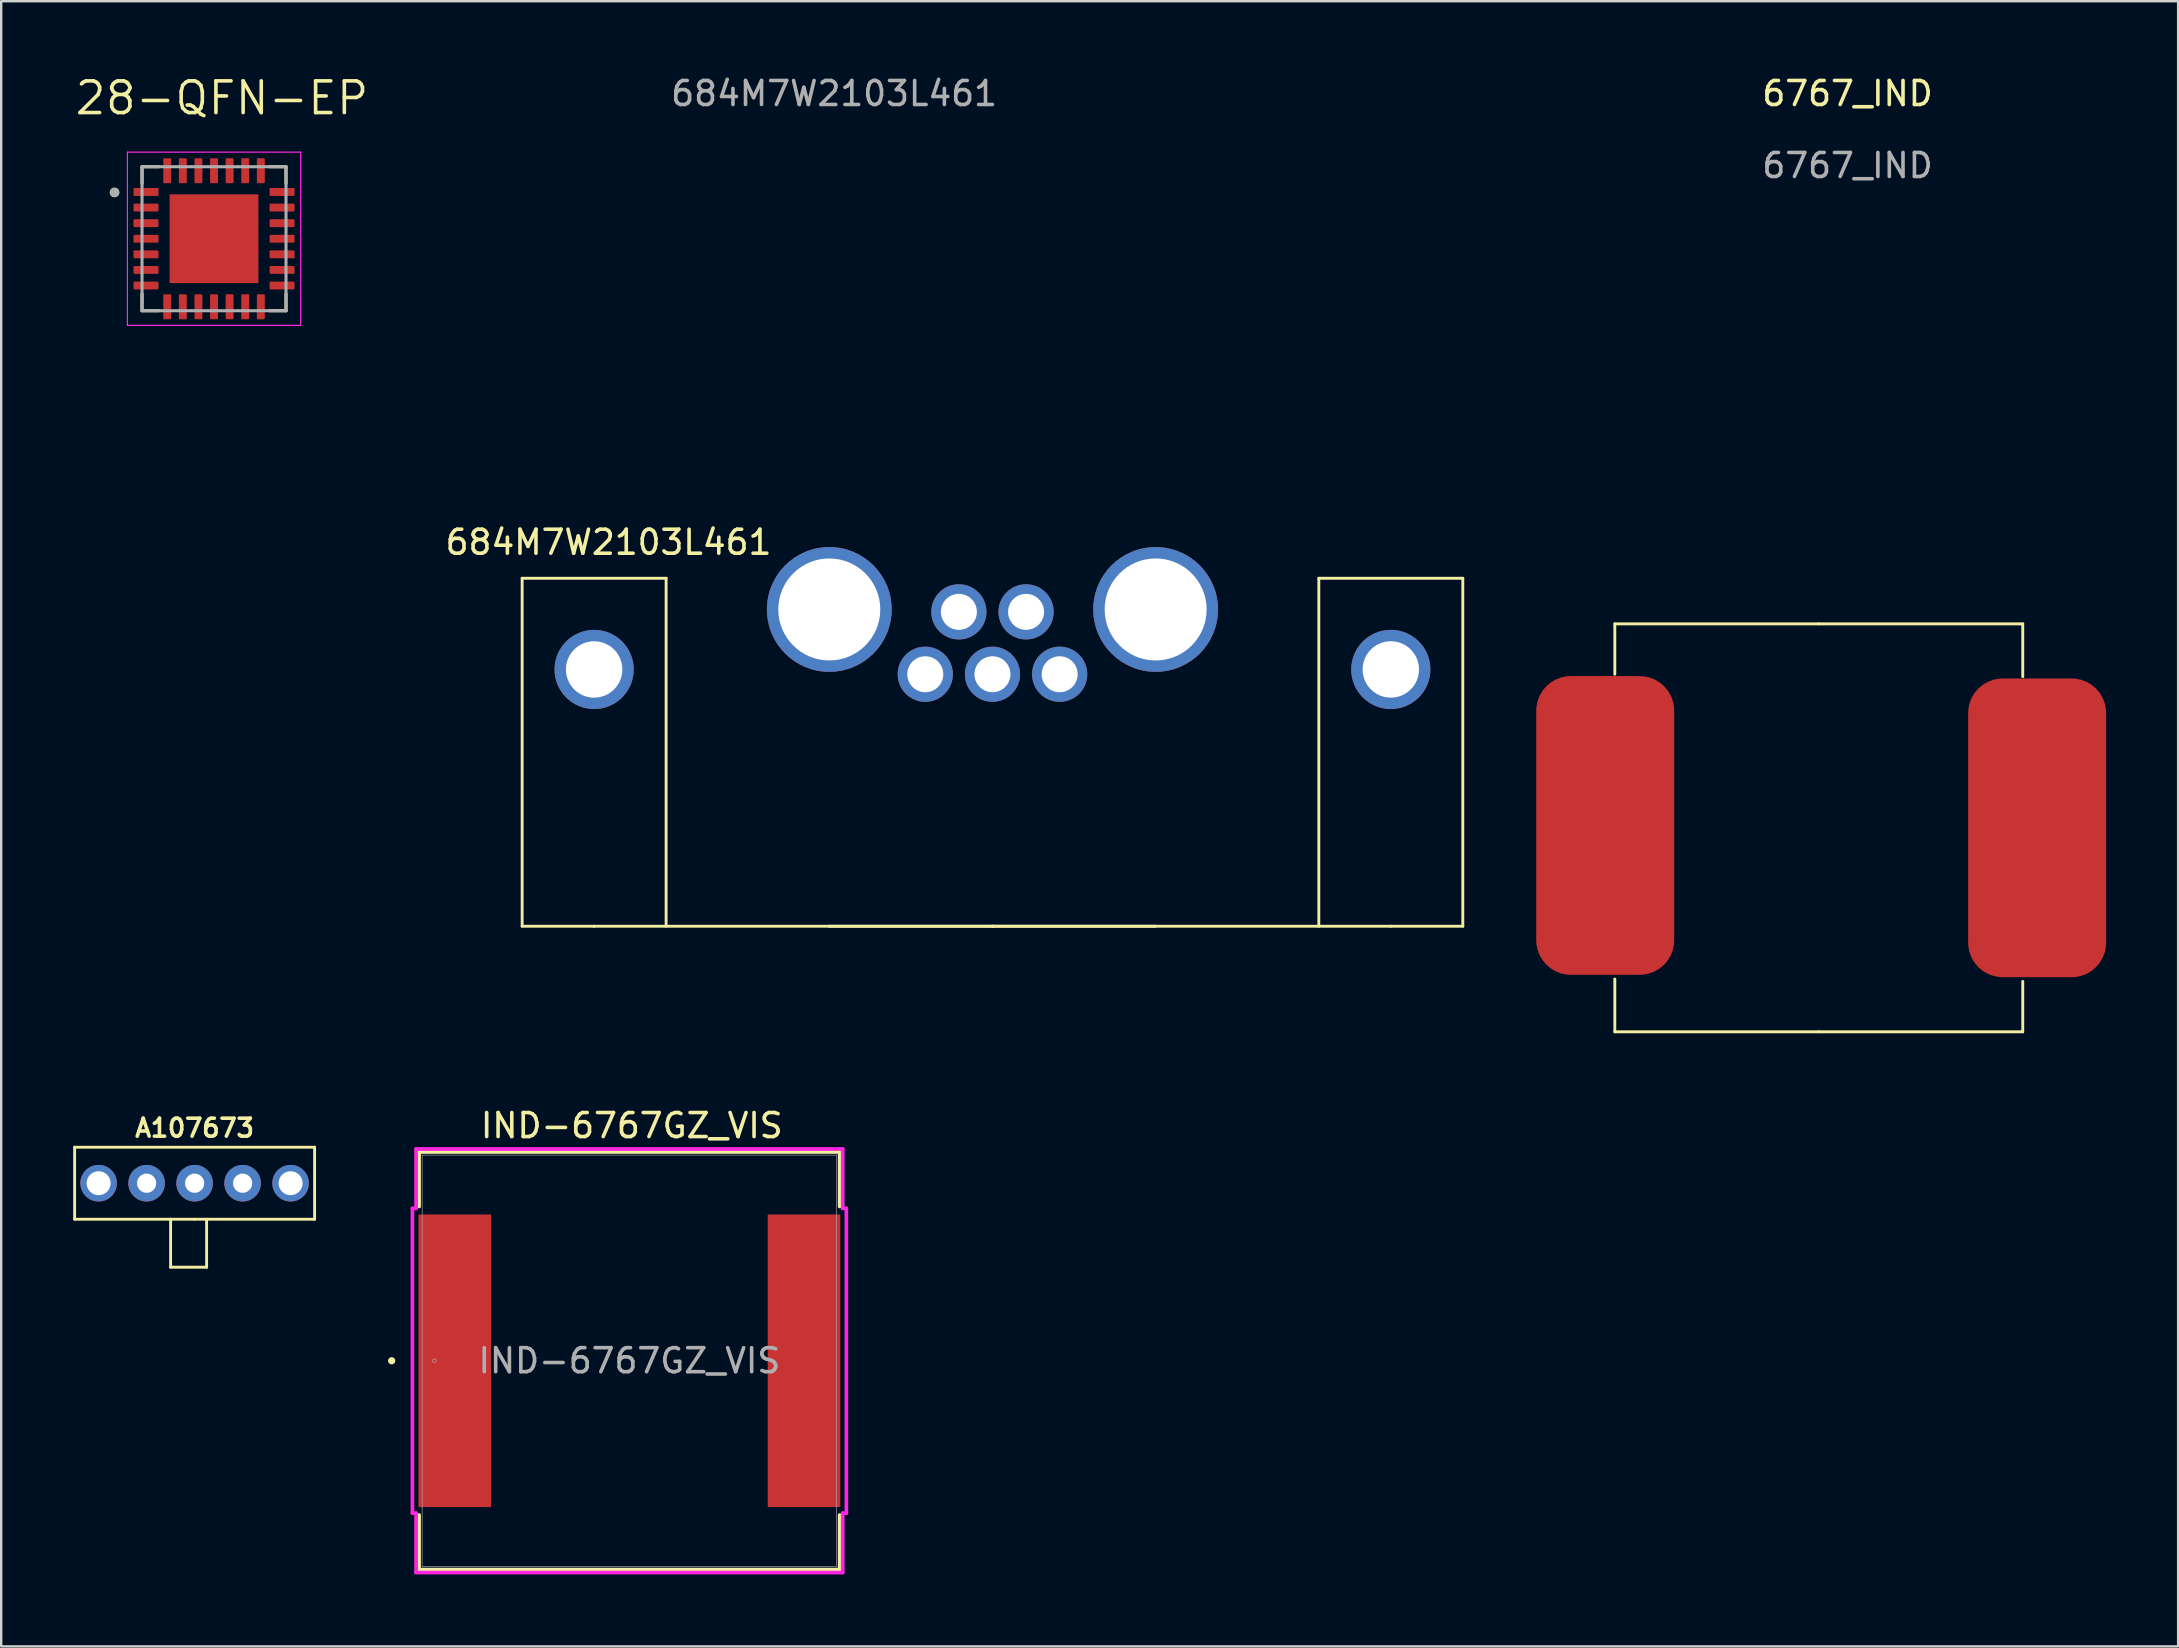
<source format=kicad_pcb>
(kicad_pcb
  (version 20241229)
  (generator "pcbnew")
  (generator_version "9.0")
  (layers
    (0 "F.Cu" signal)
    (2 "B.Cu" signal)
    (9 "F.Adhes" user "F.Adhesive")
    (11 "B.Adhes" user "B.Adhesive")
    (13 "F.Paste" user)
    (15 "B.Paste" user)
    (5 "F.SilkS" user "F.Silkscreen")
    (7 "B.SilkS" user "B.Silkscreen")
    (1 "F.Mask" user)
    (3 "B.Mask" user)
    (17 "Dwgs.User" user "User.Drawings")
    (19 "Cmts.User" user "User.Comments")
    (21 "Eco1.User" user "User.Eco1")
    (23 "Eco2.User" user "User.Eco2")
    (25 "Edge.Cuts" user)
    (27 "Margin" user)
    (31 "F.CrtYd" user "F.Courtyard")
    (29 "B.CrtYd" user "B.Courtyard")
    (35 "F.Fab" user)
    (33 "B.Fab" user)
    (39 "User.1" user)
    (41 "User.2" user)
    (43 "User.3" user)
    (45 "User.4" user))
  (footprint "684M7W2103L461"
    (layer "F.Cu")
    (at 38.309 25.048)
    (property "Reference" "684M7W2103L461" (at -16 -5.5 0) (unlocked yes) (layer "F.SilkS") (effects (font (size 1 1) (thickness 0.15))))
    (attr through_hole)
    (fp_line (start -19.6 -4) (end -13.6 -4) (stroke (width 0.12) (type default)) (layer "F.SilkS"))
    (fp_line (start -19.6 10.5) (end -19.6 -4) (stroke (width 0.12) (type default)) (layer "F.SilkS"))
    (fp_line (start -16.6 10.5) (end -19.6 10.5) (stroke (width 0.12) (type default)) (layer "F.SilkS"))
    (fp_line (start -16.6 10.5) (end 0 10.5) (stroke (width 0.12) (type default)) (layer "F.SilkS"))
    (fp_line (start -13.6 -4) (end -13.6 10.5) (stroke (width 0.12) (type default)) (layer "F.SilkS"))
    (fp_line (start -6.8 10.5) (end 0 10.5) (stroke (width 0.12) (type default)) (layer "F.SilkS"))
    (fp_line (start 0 10.5) (end 6.8 10.5) (stroke (width 0.12) (type default)) (layer "F.SilkS"))
    (fp_line (start 0 10.5) (end 16.6 10.5) (stroke (width 0.12) (type default)) (layer "F.SilkS"))
    (fp_line (start 13.6 -4) (end 19.6 -4) (stroke (width 0.12) (type default)) (layer "F.SilkS"))
    (fp_line (start 13.6 10.5) (end 13.6 -4) (stroke (width 0.12) (type default)) (layer "F.SilkS"))
    (fp_line (start 19.6 -4) (end 19.6 10.5) (stroke (width 0.12) (type default)) (layer "F.SilkS"))
    (fp_line (start 19.6 10.5) (end 16.6 10.5) (stroke (width 0.12) (type default)) (layer "F.SilkS"))
    (fp_text user "${REFERENCE}" (at -6.6 -24.2 0) (unlocked yes) (layer "F.Fab") (effects (font (size 1 1) (thickness 0.15))))
    (pad "1" thru_hole circle (at -6.8 -2.7) (size 5.2 5.2) (drill 4.25) (layers "*.Cu" "*.Mask"))
    (pad "2" thru_hole circle (at 6.8 -2.7) (size 5.2 5.2) (drill 4.25) (layers "*.Cu" "*.Mask"))
    (pad "3" thru_hole circle (at -2.8 0) (size 2.3 2.3) (drill 1.5) (layers "*.Cu" "*.Mask"))
    (pad "4" thru_hole circle (at 0 0) (size 2.3 2.3) (drill 1.5) (layers "*.Cu" "*.Mask"))
    (pad "5" thru_hole circle (at 2.8 0) (size 2.3 2.3) (drill 1.5) (layers "*.Cu" "*.Mask"))
    (pad "6" thru_hole circle (at -1.4 -2.6) (size 2.3 2.3) (drill 1.5) (layers "*.Cu" "*.Mask"))
    (pad "7" thru_hole circle (at 1.4 -2.6) (size 2.3 2.3) (drill 1.5) (layers "*.Cu" "*.Mask"))
    (pad "S" thru_hole circle (at -16.6 -0.2) (size 3.3 3.3) (drill 2.35) (layers "*.Cu" "*.Mask"))
    (pad "S" thru_hole circle (at 16.6 -0.2) (size 3.3 3.3) (drill 2.35) (layers "*.Cu" "*.Mask")))
  (footprint "6767_IND"
    (layer "F.Cu")
    (at 73.944 1.348)
    (property "Reference" "6767_IND" (at 0 -0.5 0) (unlocked yes) (layer "F.SilkS") (effects (font (size 1 1) (thickness 0.15))))
    (attr smd)
    (fp_line (start -9.7 21.6) (end -9.7 23.7) (stroke (width 0.12) (type default)) (layer "F.SilkS"))
    (fp_line (start -9.7 38.6) (end -9.7 36.4) (stroke (width 0.12) (type default)) (layer "F.SilkS"))
    (fp_line (start -1.2 21.6) (end -9.7 21.6) (stroke (width 0.12) (type default)) (layer "F.SilkS"))
    (fp_line (start -1.2 21.6) (end 7.3 21.6) (stroke (width 0.12) (type default)) (layer "F.SilkS"))
    (fp_line (start -1.2 38.6) (end -9.7 38.6) (stroke (width 0.12) (type default)) (layer "F.SilkS"))
    (fp_line (start -1.2 38.6) (end 7.3 38.6) (stroke (width 0.12) (type default)) (layer "F.SilkS"))
    (fp_line (start 7.3 21.6) (end 7.3 23.8) (stroke (width 0.12) (type default)) (layer "F.SilkS"))
    (fp_line (start 7.3 38.6) (end 7.3 36.5) (stroke (width 0.12) (type default)) (layer "F.SilkS"))
    (fp_text user "${REFERENCE}" (at 0 2.5 0) (unlocked yes) (layer "F.Fab") (effects (font (size 1 1) (thickness 0.15))))
    (pad "1" smd roundrect (at -10.1 30) (size 5.75 12.45) (layers "F.Cu" "F.Mask" "F.Paste") (roundrect_rratio 0.25))
    (pad "2" smd roundrect (at 7.9 30.1) (size 5.75 12.45) (layers "F.Cu" "F.Mask" "F.Paste") (roundrect_rratio 0.25)))
  (footprint "A107673"
    (layer "F.Cu")
    (at 5.06 43.258)
    (property "Reference" "A107673" (at 0 0.7 180) (layer "F.SilkS") (effects (font (size 0.75 0.75) (thickness 0.15))))
    (attr through_hole)
    (fp_line (start -5 1.5) (end 5 1.5) (stroke (width 0.12) (type solid)) (layer "F.SilkS"))
    (fp_line (start -5 4.5) (end -5 1.5) (stroke (width 0.12) (type solid)) (layer "F.SilkS"))
    (fp_line (start -1 4.5) (end -1 6.5) (stroke (width 0.12) (type solid)) (layer "F.SilkS"))
    (fp_line (start -1 6.5) (end 0.5 6.5) (stroke (width 0.12) (type solid)) (layer "F.SilkS"))
    (fp_line (start 0 4.5) (end -5 4.5) (stroke (width 0.12) (type solid)) (layer "F.SilkS"))
    (fp_line (start 0 4.5) (end 5 4.5) (stroke (width 0.12) (type solid)) (layer "F.SilkS"))
    (fp_line (start 0.5 6.5) (end 0.5 4.5) (stroke (width 0.12) (type solid)) (layer "F.SilkS"))
    (fp_line (start 5 4.5) (end 5 1.5) (stroke (width 0.12) (type solid)) (layer "F.SilkS"))
    (pad "1" thru_hole circle (at -2 3) (size 1.524 1.524) (drill 0.8) (layers "*.Cu" "*.Mask"))
    (pad "2" thru_hole circle (at 0 3) (size 1.524 1.524) (drill 0.8) (layers "*.Cu" "*.Mask"))
    (pad "3" thru_hole circle (at 2 3) (size 1.524 1.524) (drill 0.8) (layers "*.Cu" "*.Mask"))
    (pad "4" thru_hole circle (at 4 3) (size 1.524 1.524) (drill 1) (layers "*.Cu" "*.Mask"))
    (pad "5" thru_hole circle (at -4 3) (size 1.524 1.524) (drill 1) (layers "*.Cu" "*.Mask")))
  (footprint "IND-6767GZ_VIS"
    (layer "F.Cu")
    (at 23.178 53.657)
    (property "Reference" "IND-6767GZ_VIS" (at 0.1 -9.8 0) (unlocked yes) (layer "F.SilkS") (effects (font (size 1 1) (thickness 0.15))))
    (attr smd)
    (fp_line (start -8.763 -8.7) (end -8.763 -6.429) (stroke (width 0.152) (type solid)) (layer "F.SilkS"))
    (fp_line (start -8.763 6.429) (end -8.763 8.7) (stroke (width 0.152) (type solid)) (layer "F.SilkS"))
    (fp_line (start -8.763 8.7) (end 8.763 8.7) (stroke (width 0.152) (type solid)) (layer "F.SilkS"))
    (fp_line (start 8.763 -8.7) (end -8.763 -8.7) (stroke (width 0.152) (type solid)) (layer "F.SilkS"))
    (fp_line (start 8.763 -6.429) (end 8.763 -8.7) (stroke (width 0.152) (type solid)) (layer "F.SilkS"))
    (fp_line (start 8.763 8.7) (end 8.763 6.429) (stroke (width 0.152) (type solid)) (layer "F.SilkS"))
    (fp_circle (center -9.906 0) (end -9.83 0) (stroke (width 0.152) (type solid)) (fill no) (layer "F.SilkS"))
    (fp_line (start -9.042 -6.35) (end -8.89 -6.35) (stroke (width 0.152) (type solid)) (layer "F.CrtYd"))
    (fp_line (start -9.042 6.35) (end -9.042 -6.35) (stroke (width 0.152) (type solid)) (layer "F.CrtYd"))
    (fp_line (start -8.89 -8.826) (end 8.89 -8.826) (stroke (width 0.152) (type solid)) (layer "F.CrtYd"))
    (fp_line (start -8.89 -6.35) (end -8.89 -8.826) (stroke (width 0.152) (type solid)) (layer "F.CrtYd"))
    (fp_line (start -8.89 6.35) (end -9.042 6.35) (stroke (width 0.152) (type solid)) (layer "F.CrtYd"))
    (fp_line (start -8.89 8.826) (end -8.89 6.35) (stroke (width 0.152) (type solid)) (layer "F.CrtYd"))
    (fp_line (start 8.89 -8.826) (end 8.89 -6.35) (stroke (width 0.152) (type solid)) (layer "F.CrtYd"))
    (fp_line (start 8.89 -6.35) (end 9.042 -6.35) (stroke (width 0.152) (type solid)) (layer "F.CrtYd"))
    (fp_line (start 8.89 6.35) (end 8.89 8.826) (stroke (width 0.152) (type solid)) (layer "F.CrtYd"))
    (fp_line (start 8.89 8.826) (end -8.89 8.826) (stroke (width 0.152) (type solid)) (layer "F.CrtYd"))
    (fp_line (start 9.042 -6.35) (end 9.042 6.35) (stroke (width 0.152) (type solid)) (layer "F.CrtYd"))
    (fp_line (start 9.042 6.35) (end 8.89 6.35) (stroke (width 0.152) (type solid)) (layer "F.CrtYd"))
    (fp_line (start -8.636 -8.572) (end -8.636 8.572) (stroke (width 0.025) (type solid)) (layer "F.Fab"))
    (fp_line (start -8.636 8.572) (end 8.636 8.572) (stroke (width 0.025) (type solid)) (layer "F.Fab"))
    (fp_line (start 8.636 -8.572) (end -8.636 -8.572) (stroke (width 0.025) (type solid)) (layer "F.Fab"))
    (fp_line (start 8.636 8.572) (end 8.636 -8.572) (stroke (width 0.025) (type solid)) (layer "F.Fab"))
    (fp_circle (center -8.128 0) (end -8.052 0) (stroke (width 0.025) (type solid)) (fill no) (layer "F.Fab"))
    (fp_text user "${REFERENCE}" (at 0 0 0) (unlocked yes) (layer "F.Fab") (effects (font (size 1 1) (thickness 0.15))))
    (pad "1" smd rect (at -7.277 0 90) (size 12.192 3.023) (layers "F.Cu" "F.Mask" "F.Paste"))
    (pad "2" smd rect (at 7.277 0 90) (size 12.192 3.023) (layers "F.Cu" "F.Mask" "F.Paste"))
    (zone (net_name "") (layer "F.Cu") (hatch full 0.508) (connect_pads) (min_thickness 0.254) (filled_areas_thickness no) (keepout (tracks not_allowed) (vias not_allowed) (pads allowed) (copperpour not_allowed) (footprints allowed)) (placement (enabled no)) (fill) (polygon (pts (xy 14.593 45.135) (xy 31.764 45.135) (xy 31.764 47.51) (xy 14.593 47.51))))
    (zone (net_name "") (layer "F.Cu") (hatch full 0.508) (connect_pads) (min_thickness 0.254) (filled_areas_thickness no) (keepout (tracks not_allowed) (vias not_allowed) (pads allowed) (copperpour not_allowed) (footprints allowed)) (placement (enabled no)) (fill) (polygon (pts (xy 14.593 59.803) (xy 31.764 59.803) (xy 31.764 62.178) (xy 14.593 62.178))))
    (zone (net_name "") (layer "F.Cu") (hatch full 0.508) (connect_pads) (min_thickness 0.254) (filled_areas_thickness no) (keepout (tracks not_allowed) (vias not_allowed) (pads allowed) (copperpour not_allowed) (footprints allowed)) (placement (enabled no)) (fill) (polygon (pts (xy 17.463 47.51) (xy 28.893 47.51) (xy 28.893 59.803) (xy 17.463 59.803)))))
  (footprint "28-QFN-EP"
    (layer "F.Cu")
    (at 5.869 6.899)
    (property "Reference" "28-QFN-EP" (at 0.331 -5.862 0) (layer "F.SilkS") (effects (font (size 1.322 1.322) (thickness 0.15))))
    (attr smd)
    (fp_line (start -3 -3) (end -3 -2.3) (stroke (width 0.127) (type solid)) (layer "F.SilkS"))
    (fp_line (start -3 3) (end -3 2.3) (stroke (width 0.127) (type solid)) (layer "F.SilkS"))
    (fp_line (start -2.3 -3) (end -3 -3) (stroke (width 0.127) (type solid)) (layer "F.SilkS"))
    (fp_line (start -2.3 3) (end -3 3) (stroke (width 0.127) (type solid)) (layer "F.SilkS"))
    (fp_line (start 2.3 -3) (end 3 -3) (stroke (width 0.127) (type solid)) (layer "F.SilkS"))
    (fp_line (start 2.3 3) (end 3 3) (stroke (width 0.127) (type solid)) (layer "F.SilkS"))
    (fp_line (start 3 -3) (end 3 -2.3) (stroke (width 0.127) (type solid)) (layer "F.SilkS"))
    (fp_line (start 3 3) (end 3 2.3) (stroke (width 0.127) (type solid)) (layer "F.SilkS"))
    (fp_circle (center -4.145 -1.93) (end -4.045 -1.93) (stroke (width 0.2) (type solid)) (fill no) (layer "F.SilkS"))
    (fp_poly (pts (xy -1.173 -1.17) (xy 1.17 -1.17) (xy 1.17 1.173) (xy -1.173 1.173)) (stroke (width 0.01) (type solid)) (fill yes) (layer "F.Paste"))
    (fp_line (start -3.61 -3.61) (end 3.61 -3.61) (stroke (width 0.05) (type solid)) (layer "F.CrtYd"))
    (fp_line (start -3.61 3.61) (end -3.61 -3.61) (stroke (width 0.05) (type solid)) (layer "F.CrtYd"))
    (fp_line (start -3.61 3.61) (end 3.61 3.61) (stroke (width 0.05) (type solid)) (layer "F.CrtYd"))
    (fp_line (start 3.61 3.61) (end 3.61 -3.61) (stroke (width 0.05) (type solid)) (layer "F.CrtYd"))
    (fp_line (start -3 3) (end -3 -3) (stroke (width 0.127) (type solid)) (layer "F.Fab"))
    (fp_line (start 3 -3) (end -3 -3) (stroke (width 0.127) (type solid)) (layer "F.Fab"))
    (fp_line (start 3 3) (end -3 3) (stroke (width 0.127) (type solid)) (layer "F.Fab"))
    (fp_line (start 3 3) (end 3 -3) (stroke (width 0.127) (type solid)) (layer "F.Fab"))
    (fp_circle (center -4.145 -1.93) (end -4.045 -1.93) (stroke (width 0.2) (type solid)) (fill no) (layer "F.Fab"))
    (pad "1" smd roundrect (at -2.835 -1.95) (size 1.04 0.33) (layers "F.Cu" "F.Mask" "F.Paste") (roundrect_rratio 0.125))
    (pad "2" smd roundrect (at -2.835 -1.3) (size 1.04 0.33) (layers "F.Cu" "F.Mask" "F.Paste") (roundrect_rratio 0.125))
    (pad "3" smd roundrect (at -2.835 -0.65) (size 1.04 0.33) (layers "F.Cu" "F.Mask" "F.Paste") (roundrect_rratio 0.125))
    (pad "4" smd roundrect (at -2.835 0) (size 1.04 0.33) (layers "F.Cu" "F.Mask" "F.Paste") (roundrect_rratio 0.125))
    (pad "5" smd roundrect (at -2.835 0.65) (size 1.04 0.33) (layers "F.Cu" "F.Mask" "F.Paste") (roundrect_rratio 0.125))
    (pad "6" smd roundrect (at -2.835 1.3) (size 1.04 0.33) (layers "F.Cu" "F.Mask" "F.Paste") (roundrect_rratio 0.125))
    (pad "7" smd roundrect (at -2.835 1.95) (size 1.04 0.33) (layers "F.Cu" "F.Mask" "F.Paste") (roundrect_rratio 0.125))
    (pad "8" smd roundrect (at -1.95 2.835) (size 0.33 1.04) (layers "F.Cu" "F.Mask" "F.Paste") (roundrect_rratio 0.125))
    (pad "9" smd roundrect (at -1.3 2.835) (size 0.33 1.04) (layers "F.Cu" "F.Mask" "F.Paste") (roundrect_rratio 0.125))
    (pad "10" smd roundrect (at -0.65 2.835) (size 0.33 1.04) (layers "F.Cu" "F.Mask" "F.Paste") (roundrect_rratio 0.125))
    (pad "11" smd roundrect (at 0 2.835) (size 0.33 1.04) (layers "F.Cu" "F.Mask" "F.Paste") (roundrect_rratio 0.125))
    (pad "12" smd roundrect (at 0.65 2.835) (size 0.33 1.04) (layers "F.Cu" "F.Mask" "F.Paste") (roundrect_rratio 0.125))
    (pad "13" smd roundrect (at 1.3 2.835) (size 0.33 1.04) (layers "F.Cu" "F.Mask" "F.Paste") (roundrect_rratio 0.125))
    (pad "14" smd roundrect (at 1.95 2.835) (size 0.33 1.04) (layers "F.Cu" "F.Mask" "F.Paste") (roundrect_rratio 0.125))
    (pad "15" smd roundrect (at 2.835 1.95) (size 1.04 0.33) (layers "F.Cu" "F.Mask" "F.Paste") (roundrect_rratio 0.125))
    (pad "16" smd roundrect (at 2.835 1.3) (size 1.04 0.33) (layers "F.Cu" "F.Mask" "F.Paste") (roundrect_rratio 0.125))
    (pad "17" smd roundrect (at 2.835 0.65) (size 1.04 0.33) (layers "F.Cu" "F.Mask" "F.Paste") (roundrect_rratio 0.125))
    (pad "18" smd roundrect (at 2.835 0) (size 1.04 0.33) (layers "F.Cu" "F.Mask" "F.Paste") (roundrect_rratio 0.125))
    (pad "19" smd roundrect (at 2.835 -0.65) (size 1.04 0.33) (layers "F.Cu" "F.Mask" "F.Paste") (roundrect_rratio 0.125))
    (pad "20" smd roundrect (at 2.835 -1.3) (size 1.04 0.33) (layers "F.Cu" "F.Mask" "F.Paste") (roundrect_rratio 0.125))
    (pad "21" smd roundrect (at 2.835 -1.95) (size 1.04 0.33) (layers "F.Cu" "F.Mask" "F.Paste") (roundrect_rratio 0.125))
    (pad "22" smd roundrect (at 1.95 -2.835) (size 0.33 1.04) (layers "F.Cu" "F.Mask" "F.Paste") (roundrect_rratio 0.125))
    (pad "23" smd roundrect (at 1.3 -2.835) (size 0.33 1.04) (layers "F.Cu" "F.Mask" "F.Paste") (roundrect_rratio 0.125))
    (pad "24" smd roundrect (at 0.65 -2.835) (size 0.33 1.04) (layers "F.Cu" "F.Mask" "F.Paste") (roundrect_rratio 0.125))
    (pad "25" smd roundrect (at 0 -2.835) (size 0.33 1.04) (layers "F.Cu" "F.Mask" "F.Paste") (roundrect_rratio 0.125))
    (pad "26" smd roundrect (at -0.65 -2.835) (size 0.33 1.04) (layers "F.Cu" "F.Mask" "F.Paste") (roundrect_rratio 0.125))
    (pad "27" smd roundrect (at -1.3 -2.835) (size 0.33 1.04) (layers "F.Cu" "F.Mask" "F.Paste") (roundrect_rratio 0.125))
    (pad "28" smd roundrect (at -1.95 -2.835) (size 0.33 1.04) (layers "F.Cu" "F.Mask" "F.Paste") (roundrect_rratio 0.125))
    (pad "29" smd rect (at 0 0) (size 3.7 3.7) (layers "F.Cu" "F.Mask")))
  (gr_rect
    (start -3 -3)
    (end 87.719 65.559)
    (stroke (width 0.1) (type default))
    (fill no)
    (layer "Edge.Cuts")))
</source>
